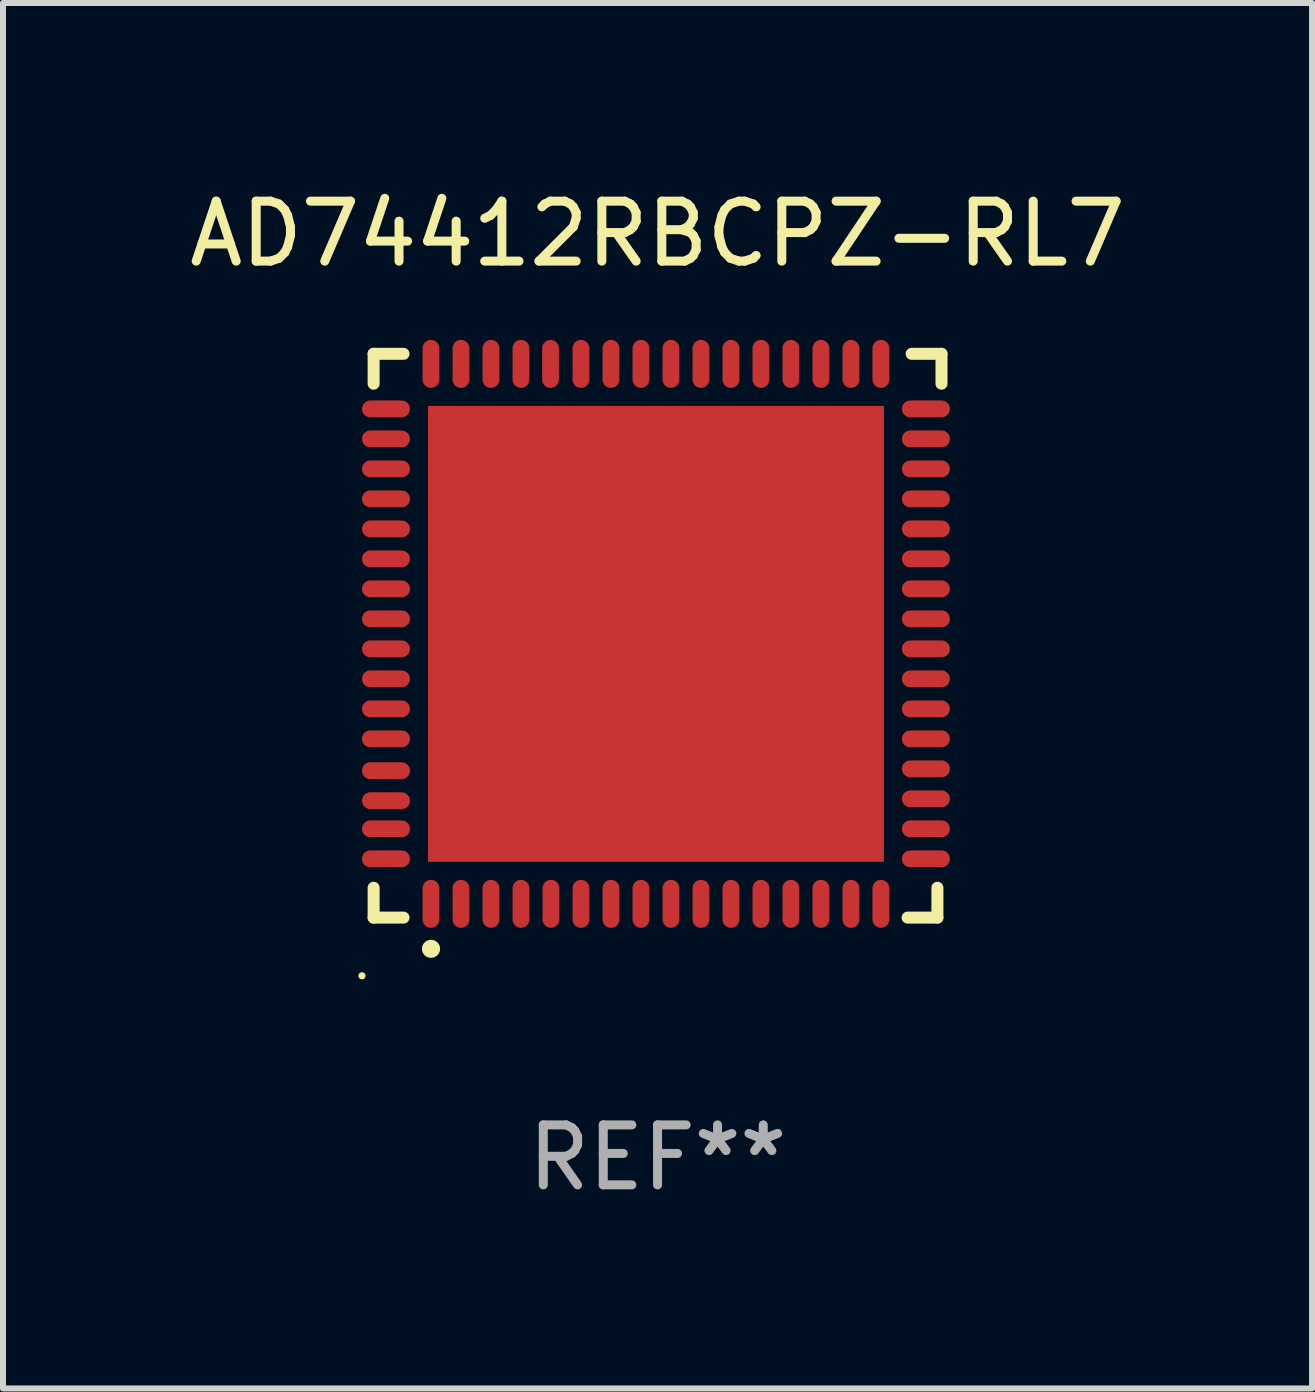
<source format=kicad_pcb>
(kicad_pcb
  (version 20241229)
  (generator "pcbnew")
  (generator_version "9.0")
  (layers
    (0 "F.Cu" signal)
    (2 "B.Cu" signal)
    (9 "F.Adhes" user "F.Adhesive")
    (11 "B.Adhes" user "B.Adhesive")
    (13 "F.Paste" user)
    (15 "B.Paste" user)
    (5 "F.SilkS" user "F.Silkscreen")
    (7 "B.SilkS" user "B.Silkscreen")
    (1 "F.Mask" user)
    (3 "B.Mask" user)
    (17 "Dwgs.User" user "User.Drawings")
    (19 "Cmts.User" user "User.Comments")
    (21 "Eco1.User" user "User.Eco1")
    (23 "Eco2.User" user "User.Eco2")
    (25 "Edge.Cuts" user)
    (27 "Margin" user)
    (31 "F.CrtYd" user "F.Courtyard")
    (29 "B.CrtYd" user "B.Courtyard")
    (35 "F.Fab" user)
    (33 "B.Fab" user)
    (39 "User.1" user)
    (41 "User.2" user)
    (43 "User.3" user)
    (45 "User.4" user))
  (footprint "AD74412RBCPZ-RL7"
    (layer "F.Cu")
    (at 7.911 7.547)
    (property "Reference" "AD74412RBCPZ-RL7" (at 0 -6.699 0) (layer "F.SilkS") (effects (font (size 1 1) (thickness 0.15))))
    (attr through_hole)
    (fp_line (start -4.733 -4.699) (end -4.235 -4.699) (stroke (width 0.2) (type solid)) (layer "F.SilkS"))
    (fp_line (start -4.733 -4.201) (end -4.733 -4.699) (stroke (width 0.2) (type solid)) (layer "F.SilkS"))
    (fp_line (start -4.733 4.699) (end -4.733 4.201) (stroke (width 0.2) (type solid)) (layer "F.SilkS"))
    (fp_line (start -4.235 4.699) (end -4.733 4.699) (stroke (width 0.2) (type solid)) (layer "F.SilkS"))
    (fp_line (start 4.168 4.699) (end 4.665 4.699) (stroke (width 0.2) (type solid)) (layer "F.SilkS"))
    (fp_line (start 4.665 4.699) (end 4.665 4.201) (stroke (width 0.2) (type solid)) (layer "F.SilkS"))
    (fp_line (start 4.733 -4.699) (end 4.235 -4.699) (stroke (width 0.2) (type solid)) (layer "F.SilkS"))
    (fp_line (start 4.733 -4.201) (end 4.733 -4.699) (stroke (width 0.2) (type solid)) (layer "F.SilkS"))
    (fp_arc (start -3.777419 5.219329) (mid -3.776149 5.219324) (end -3.774879 5.219329) (stroke (width 0.3) (type solid)) (layer "F.SilkS"))
    (fp_circle (center -4.927 5.669) (end -4.897 5.669) (stroke (width 0.06) (type solid)) (fill no) (layer "F.SilkS"))
    (fp_text user "REF**" (at 0 8.699 0) (layer "F.Fab") (effects (font (size 1 1) (thickness 0.15))))
    (pad "1" smd oval (at -3.777 4.469 180) (size 0.28 0.8) (layers "F.Cu" "F.Mask" "F.Paste"))
    (pad "2" smd oval (at -3.277 4.469 180) (size 0.28 0.8) (layers "F.Cu" "F.Mask" "F.Paste"))
    (pad "3" smd oval (at -2.777 4.469 180) (size 0.28 0.8) (layers "F.Cu" "F.Mask" "F.Paste"))
    (pad "4" smd oval (at -2.277 4.469 180) (size 0.28 0.8) (layers "F.Cu" "F.Mask" "F.Paste"))
    (pad "5" smd oval (at -1.777 4.469 180) (size 0.28 0.8) (layers "F.Cu" "F.Mask" "F.Paste"))
    (pad "6" smd oval (at -1.277 4.469 180) (size 0.28 0.8) (layers "F.Cu" "F.Mask" "F.Paste"))
    (pad "7" smd oval (at -0.777 4.469 180) (size 0.28 0.8) (layers "F.Cu" "F.Mask" "F.Paste"))
    (pad "8" smd oval (at -0.277 4.469 180) (size 0.28 0.8) (layers "F.Cu" "F.Mask" "F.Paste"))
    (pad "9" smd oval (at 0.223 4.469 180) (size 0.28 0.8) (layers "F.Cu" "F.Mask" "F.Paste"))
    (pad "10" smd oval (at 0.723 4.469 180) (size 0.28 0.8) (layers "F.Cu" "F.Mask" "F.Paste"))
    (pad "11" smd oval (at 1.223 4.469 180) (size 0.28 0.8) (layers "F.Cu" "F.Mask" "F.Paste"))
    (pad "12" smd oval (at 1.723 4.469 180) (size 0.28 0.8) (layers "F.Cu" "F.Mask" "F.Paste"))
    (pad "13" smd oval (at 2.223 4.469 180) (size 0.28 0.8) (layers "F.Cu" "F.Mask" "F.Paste"))
    (pad "14" smd oval (at 2.723 4.469 180) (size 0.28 0.8) (layers "F.Cu" "F.Mask" "F.Paste"))
    (pad "15" smd oval (at 3.223 4.469 180) (size 0.28 0.8) (layers "F.Cu" "F.Mask" "F.Paste"))
    (pad "16" smd oval (at 3.723 4.469 180) (size 0.28 0.8) (layers "F.Cu" "F.Mask" "F.Paste"))
    (pad "17" smd oval (at 4.473 3.719 270) (size 0.28 0.8) (layers "F.Cu" "F.Mask" "F.Paste"))
    (pad "18" smd oval (at 4.473 3.219 270) (size 0.28 0.8) (layers "F.Cu" "F.Mask" "F.Paste"))
    (pad "19" smd oval (at 4.473 2.719 270) (size 0.28 0.8) (layers "F.Cu" "F.Mask" "F.Paste"))
    (pad "20" smd oval (at 4.473 2.219 270) (size 0.28 0.8) (layers "F.Cu" "F.Mask" "F.Paste"))
    (pad "21" smd oval (at 4.473 1.719 270) (size 0.28 0.8) (layers "F.Cu" "F.Mask" "F.Paste"))
    (pad "22" smd oval (at 4.473 1.219 270) (size 0.28 0.8) (layers "F.Cu" "F.Mask" "F.Paste"))
    (pad "23" smd oval (at 4.473 0.719 270) (size 0.28 0.8) (layers "F.Cu" "F.Mask" "F.Paste"))
    (pad "24" smd oval (at 4.473 0.219 270) (size 0.28 0.8) (layers "F.Cu" "F.Mask" "F.Paste"))
    (pad "25" smd oval (at 4.473 -0.281 270) (size 0.28 0.8) (layers "F.Cu" "F.Mask" "F.Paste"))
    (pad "26" smd oval (at 4.473 -0.781 270) (size 0.28 0.8) (layers "F.Cu" "F.Mask" "F.Paste"))
    (pad "27" smd oval (at 4.473 -1.281 270) (size 0.28 0.8) (layers "F.Cu" "F.Mask" "F.Paste"))
    (pad "28" smd oval (at 4.473 -1.781 270) (size 0.28 0.8) (layers "F.Cu" "F.Mask" "F.Paste"))
    (pad "29" smd oval (at 4.473 -2.281 270) (size 0.28 0.8) (layers "F.Cu" "F.Mask" "F.Paste"))
    (pad "30" smd oval (at 4.473 -2.781 270) (size 0.28 0.8) (layers "F.Cu" "F.Mask" "F.Paste"))
    (pad "31" smd oval (at 4.473 -3.281 270) (size 0.28 0.8) (layers "F.Cu" "F.Mask" "F.Paste"))
    (pad "32" smd oval (at 4.473 -3.781 270) (size 0.28 0.8) (layers "F.Cu" "F.Mask" "F.Paste"))
    (pad "33" smd oval (at 3.723 -4.531) (size 0.28 0.8) (layers "F.Cu" "F.Mask" "F.Paste"))
    (pad "34" smd oval (at 3.223 -4.531) (size 0.28 0.8) (layers "F.Cu" "F.Mask" "F.Paste"))
    (pad "35" smd oval (at 2.723 -4.531) (size 0.28 0.8) (layers "F.Cu" "F.Mask" "F.Paste"))
    (pad "36" smd oval (at 2.223 -4.531) (size 0.28 0.8) (layers "F.Cu" "F.Mask" "F.Paste"))
    (pad "37" smd oval (at 1.723 -4.531) (size 0.28 0.8) (layers "F.Cu" "F.Mask" "F.Paste"))
    (pad "38" smd oval (at 1.223 -4.531) (size 0.28 0.8) (layers "F.Cu" "F.Mask" "F.Paste"))
    (pad "39" smd oval (at 0.723 -4.531) (size 0.28 0.8) (layers "F.Cu" "F.Mask" "F.Paste"))
    (pad "40" smd oval (at 0.223 -4.531) (size 0.28 0.8) (layers "F.Cu" "F.Mask" "F.Paste"))
    (pad "41" smd oval (at -0.277 -4.531) (size 0.28 0.8) (layers "F.Cu" "F.Mask" "F.Paste"))
    (pad "42" smd oval (at -0.777 -4.531) (size 0.28 0.8) (layers "F.Cu" "F.Mask" "F.Paste"))
    (pad "43" smd oval (at -1.277 -4.531) (size 0.28 0.8) (layers "F.Cu" "F.Mask" "F.Paste"))
    (pad "44" smd oval (at -1.784 -4.531) (size 0.28 0.8) (layers "F.Cu" "F.Mask" "F.Paste"))
    (pad "45" smd oval (at -2.277 -4.531) (size 0.28 0.8) (layers "F.Cu" "F.Mask" "F.Paste"))
    (pad "46" smd oval (at -2.777 -4.531) (size 0.28 0.8) (layers "F.Cu" "F.Mask" "F.Paste"))
    (pad "47" smd oval (at -3.277 -4.531) (size 0.28 0.8) (layers "F.Cu" "F.Mask" "F.Paste"))
    (pad "48" smd oval (at -3.777 -4.531) (size 0.28 0.8) (layers "F.Cu" "F.Mask" "F.Paste"))
    (pad "49" smd oval (at -4.527 -3.781 90) (size 0.28 0.8) (layers "F.Cu" "F.Mask" "F.Paste"))
    (pad "50" smd oval (at -4.527 -3.281 90) (size 0.28 0.8) (layers "F.Cu" "F.Mask" "F.Paste"))
    (pad "51" smd oval (at -4.527 -2.781 90) (size 0.28 0.8) (layers "F.Cu" "F.Mask" "F.Paste"))
    (pad "52" smd oval (at -4.527 -2.281 90) (size 0.28 0.8) (layers "F.Cu" "F.Mask" "F.Paste"))
    (pad "53" smd oval (at -4.527 -1.781 90) (size 0.28 0.8) (layers "F.Cu" "F.Mask" "F.Paste"))
    (pad "54" smd oval (at -4.527 -1.281 90) (size 0.28 0.8) (layers "F.Cu" "F.Mask" "F.Paste"))
    (pad "55" smd oval (at -4.527 -0.781 90) (size 0.28 0.8) (layers "F.Cu" "F.Mask" "F.Paste"))
    (pad "56" smd oval (at -4.527 -0.281 90) (size 0.28 0.8) (layers "F.Cu" "F.Mask" "F.Paste"))
    (pad "57" smd oval (at -4.527 0.219 90) (size 0.28 0.8) (layers "F.Cu" "F.Mask" "F.Paste"))
    (pad "58" smd oval (at -4.527 0.719 90) (size 0.28 0.8) (layers "F.Cu" "F.Mask" "F.Paste"))
    (pad "59" smd oval (at -4.527 1.219 90) (size 0.28 0.8) (layers "F.Cu" "F.Mask" "F.Paste"))
    (pad "60" smd oval (at -4.527 1.719 90) (size 0.28 0.8) (layers "F.Cu" "F.Mask" "F.Paste"))
    (pad "61" smd oval (at -4.527 2.25 90) (size 0.28 0.8) (layers "F.Cu" "F.Mask" "F.Paste"))
    (pad "62" smd oval (at -4.527 2.75 90) (size 0.28 0.8) (layers "F.Cu" "F.Mask" "F.Paste"))
    (pad "63" smd oval (at -4.527 3.219 90) (size 0.28 0.8) (layers "F.Cu" "F.Mask" "F.Paste"))
    (pad "64" smd oval (at -4.527 3.719 90) (size 0.28 0.8) (layers "F.Cu" "F.Mask" "F.Paste"))
    (pad "65" smd rect (at -0.027 -0.031 90) (size 7.6 7.6) (layers "F.Cu" "F.Mask" "F.Paste")))
  (gr_rect
    (start -3 -3)
    (end 18.821 20.095)
    (stroke (width 0.1) (type default))
    (fill no)
    (layer "Edge.Cuts")))
</source>
